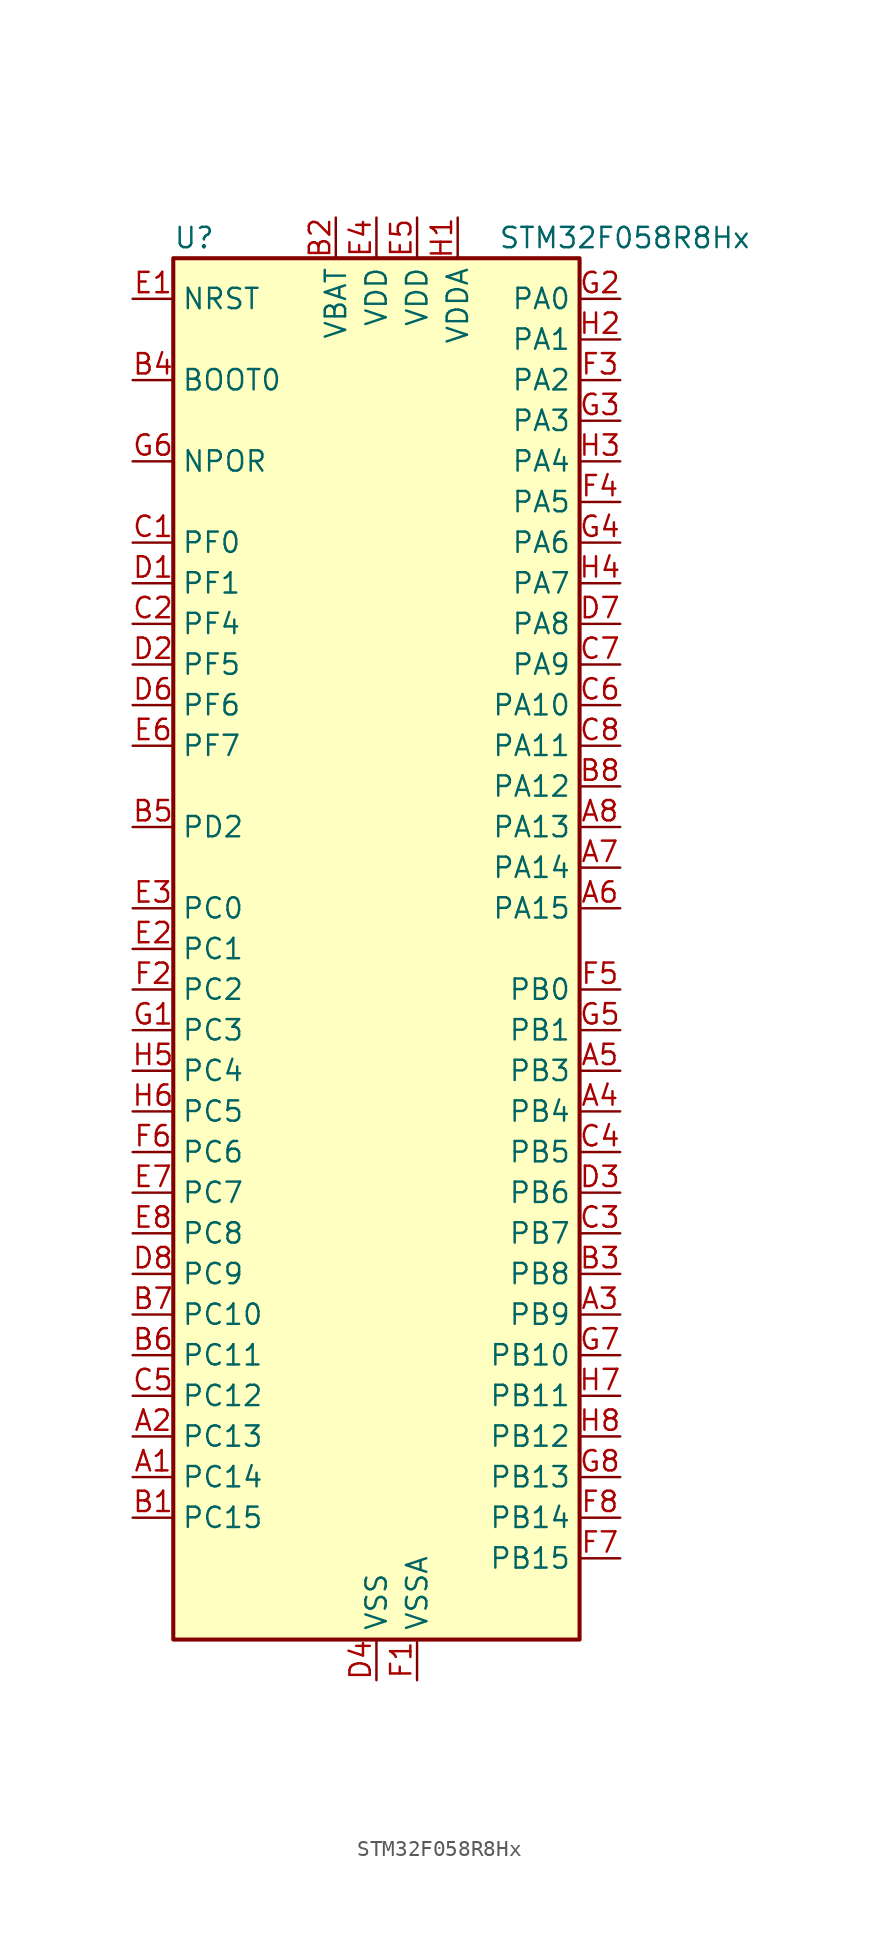
<source format=kicad_sym>
(kicad_symbol_lib
  (version 20220914)
  (generator kicad_symbol_editor)
  (symbol "STM32F058R8Hx"
    (property "Reference" "U"
      (at -12.7 44.45 0)
      (effects (font (size 1.27 1.27)) (justify left)))
    (property "Value" "STM32F058R8Hx"
      (at 7.62 44.45 0)
      (effects (font (size 1.27 1.27)) (justify left)))
    (property "ki_locked" ""
      (at 0 0 0)
      (effects (font (size 1.27 1.27))))
    (symbol "STM32F058R8Hx_0_1"
      (rectangle (start -12.7 -43.18) (end 12.7 43.18) (stroke (width 0.254) (type default)) (fill (type background))))
    (symbol "STM32F058R8Hx_1_1"
      (pin bidirectional line (at -15.24 -33.02 0) (length 2.54) (name "PC14" (effects (font (size 1.27 1.27)))) (number "A1" (effects (font (size 1.27 1.27)))) (alternate "RCC_OSC32_IN" bidirectional line))
      (pin bidirectional line (at -15.24 -30.48 0) (length 2.54) (name "PC13" (effects (font (size 1.27 1.27)))) (number "A2" (effects (font (size 1.27 1.27)))) (alternate "RTC_OUT_ALARM" bidirectional line) (alternate "RTC_OUT_CALIB" bidirectional line) (alternate "RTC_TAMP1" bidirectional line) (alternate "RTC_TS" bidirectional line) (alternate "SYS_WKUP2" bidirectional line))
      (pin bidirectional line (at 15.24 -22.86 180) (length 2.54) (name "PB9" (effects (font (size 1.27 1.27)))) (number "A3" (effects (font (size 1.27 1.27)))) (alternate "DAC1_EXTI9" bidirectional line) (alternate "I2C1_SDA" bidirectional line) (alternate "IR_OUT" bidirectional line) (alternate "TIM17_CH1" bidirectional line))
      (pin bidirectional line (at 15.24 -10.16 180) (length 2.54) (name "PB4" (effects (font (size 1.27 1.27)))) (number "A4" (effects (font (size 1.27 1.27)))) (alternate "I2S1_MCK" bidirectional line) (alternate "SPI1_MISO" bidirectional line) (alternate "TIM3_CH1" bidirectional line) (alternate "TSC_G5_IO2" bidirectional line))
      (pin bidirectional line (at 15.24 -7.62 180) (length 2.54) (name "PB3" (effects (font (size 1.27 1.27)))) (number "A5" (effects (font (size 1.27 1.27)))) (alternate "I2S1_CK" bidirectional line) (alternate "SPI1_SCK" bidirectional line) (alternate "TIM2_CH2" bidirectional line) (alternate "TSC_G5_IO1" bidirectional line))
      (pin bidirectional line (at 15.24 2.54 180) (length 2.54) (name "PA15" (effects (font (size 1.27 1.27)))) (number "A6" (effects (font (size 1.27 1.27)))) (alternate "I2S1_WS" bidirectional line) (alternate "SPI1_NSS" bidirectional line) (alternate "TIM2_CH1" bidirectional line) (alternate "TIM2_ETR" bidirectional line) (alternate "USART2_RX" bidirectional line))
      (pin bidirectional line (at 15.24 5.08 180) (length 2.54) (name "PA14" (effects (font (size 1.27 1.27)))) (number "A7" (effects (font (size 1.27 1.27)))) (alternate "SYS_SWCLK" bidirectional line) (alternate "USART2_TX" bidirectional line))
      (pin bidirectional line (at 15.24 7.62 180) (length 2.54) (name "PA13" (effects (font (size 1.27 1.27)))) (number "A8" (effects (font (size 1.27 1.27)))) (alternate "IR_OUT" bidirectional line) (alternate "SYS_SWDIO" bidirectional line))
      (pin bidirectional line (at -15.24 -35.56 0) (length 2.54) (name "PC15" (effects (font (size 1.27 1.27)))) (number "B1" (effects (font (size 1.27 1.27)))) (alternate "RCC_OSC32_OUT" bidirectional line))
      (pin power_in line (at -2.54 45.72 270) (length 2.54) (name "VBAT" (effects (font (size 1.27 1.27)))) (number "B2" (effects (font (size 1.27 1.27)))))
      (pin bidirectional line (at 15.24 -20.32 180) (length 2.54) (name "PB8" (effects (font (size 1.27 1.27)))) (number "B3" (effects (font (size 1.27 1.27)))) (alternate "CEC" bidirectional line) (alternate "I2C1_SCL" bidirectional line) (alternate "TIM16_CH1" bidirectional line) (alternate "TSC_SYNC" bidirectional line))
      (pin input line (at -15.24 35.56 0) (length 2.54) (name "BOOT0" (effects (font (size 1.27 1.27)))) (number "B4" (effects (font (size 1.27 1.27)))))
      (pin bidirectional line (at -15.24 7.62 0) (length 2.54) (name "PD2" (effects (font (size 1.27 1.27)))) (number "B5" (effects (font (size 1.27 1.27)))) (alternate "TIM3_ETR" bidirectional line))
      (pin bidirectional line (at -15.24 -25.4 0) (length 2.54) (name "PC11" (effects (font (size 1.27 1.27)))) (number "B6" (effects (font (size 1.27 1.27)))))
      (pin bidirectional line (at -15.24 -22.86 0) (length 2.54) (name "PC10" (effects (font (size 1.27 1.27)))) (number "B7" (effects (font (size 1.27 1.27)))))
      (pin bidirectional line (at 15.24 10.16 180) (length 2.54) (name "PA12" (effects (font (size 1.27 1.27)))) (number "B8" (effects (font (size 1.27 1.27)))) (alternate "COMP2_OUT" bidirectional line) (alternate "TIM1_ETR" bidirectional line) (alternate "TSC_G4_IO4" bidirectional line) (alternate "USART1_DE" bidirectional line) (alternate "USART1_RTS" bidirectional line))
      (pin bidirectional line (at -15.24 25.4 0) (length 2.54) (name "PF0" (effects (font (size 1.27 1.27)))) (number "C1" (effects (font (size 1.27 1.27)))) (alternate "RCC_OSC_IN" bidirectional line))
      (pin bidirectional line (at -15.24 20.32 0) (length 2.54) (name "PF4" (effects (font (size 1.27 1.27)))) (number "C2" (effects (font (size 1.27 1.27)))))
      (pin bidirectional line (at 15.24 -17.78 180) (length 2.54) (name "PB7" (effects (font (size 1.27 1.27)))) (number "C3" (effects (font (size 1.27 1.27)))) (alternate "I2C1_SDA" bidirectional line) (alternate "TIM17_CH1N" bidirectional line) (alternate "TSC_G5_IO4" bidirectional line) (alternate "USART1_RX" bidirectional line))
      (pin bidirectional line (at 15.24 -12.7 180) (length 2.54) (name "PB5" (effects (font (size 1.27 1.27)))) (number "C4" (effects (font (size 1.27 1.27)))) (alternate "I2C1_SMBA" bidirectional line) (alternate "I2S1_SD" bidirectional line) (alternate "SPI1_MOSI" bidirectional line) (alternate "TIM16_BKIN" bidirectional line) (alternate "TIM3_CH2" bidirectional line))
      (pin bidirectional line (at -15.24 -27.94 0) (length 2.54) (name "PC12" (effects (font (size 1.27 1.27)))) (number "C5" (effects (font (size 1.27 1.27)))))
      (pin bidirectional line (at 15.24 15.24 180) (length 2.54) (name "PA10" (effects (font (size 1.27 1.27)))) (number "C6" (effects (font (size 1.27 1.27)))) (alternate "TIM17_BKIN" bidirectional line) (alternate "TIM1_CH3" bidirectional line) (alternate "TSC_G4_IO2" bidirectional line) (alternate "USART1_RX" bidirectional line))
      (pin bidirectional line (at 15.24 17.78 180) (length 2.54) (name "PA9" (effects (font (size 1.27 1.27)))) (number "C7" (effects (font (size 1.27 1.27)))) (alternate "DAC1_EXTI9" bidirectional line) (alternate "TIM15_BKIN" bidirectional line) (alternate "TIM1_CH2" bidirectional line) (alternate "TSC_G4_IO1" bidirectional line) (alternate "USART1_TX" bidirectional line))
      (pin bidirectional line (at 15.24 12.7 180) (length 2.54) (name "PA11" (effects (font (size 1.27 1.27)))) (number "C8" (effects (font (size 1.27 1.27)))) (alternate "COMP1_OUT" bidirectional line) (alternate "TIM1_CH4" bidirectional line) (alternate "TSC_G4_IO3" bidirectional line) (alternate "USART1_CTS" bidirectional line))
      (pin bidirectional line (at -15.24 22.86 0) (length 2.54) (name "PF1" (effects (font (size 1.27 1.27)))) (number "D1" (effects (font (size 1.27 1.27)))) (alternate "RCC_OSC_OUT" bidirectional line))
      (pin bidirectional line (at -15.24 17.78 0) (length 2.54) (name "PF5" (effects (font (size 1.27 1.27)))) (number "D2" (effects (font (size 1.27 1.27)))))
      (pin bidirectional line (at 15.24 -15.24 180) (length 2.54) (name "PB6" (effects (font (size 1.27 1.27)))) (number "D3" (effects (font (size 1.27 1.27)))) (alternate "I2C1_SCL" bidirectional line) (alternate "TIM16_CH1N" bidirectional line) (alternate "TSC_G5_IO3" bidirectional line) (alternate "USART1_TX" bidirectional line))
      (pin power_in line (at 0 -45.72 90) (length 2.54) (name "VSS" (effects (font (size 1.27 1.27)))) (number "D4" (effects (font (size 1.27 1.27)))))
      (pin passive line (at 0 -45.72 90) (length 2.54) hide (name "VSS" (effects (font (size 1.27 1.27)))) (number "D5" (effects (font (size 1.27 1.27)))))
      (pin bidirectional line (at -15.24 15.24 0) (length 2.54) (name "PF6" (effects (font (size 1.27 1.27)))) (number "D6" (effects (font (size 1.27 1.27)))) (alternate "I2C2_SCL" bidirectional line))
      (pin bidirectional line (at 15.24 20.32 180) (length 2.54) (name "PA8" (effects (font (size 1.27 1.27)))) (number "D7" (effects (font (size 1.27 1.27)))) (alternate "RCC_MCO" bidirectional line) (alternate "TIM1_CH1" bidirectional line) (alternate "USART1_CK" bidirectional line))
      (pin bidirectional line (at -15.24 -20.32 0) (length 2.54) (name "PC9" (effects (font (size 1.27 1.27)))) (number "D8" (effects (font (size 1.27 1.27)))) (alternate "DAC1_EXTI9" bidirectional line) (alternate "TIM3_CH4" bidirectional line))
      (pin input line (at -15.24 40.64 0) (length 2.54) (name "NRST" (effects (font (size 1.27 1.27)))) (number "E1" (effects (font (size 1.27 1.27)))))
      (pin bidirectional line (at -15.24 0 0) (length 2.54) (name "PC1" (effects (font (size 1.27 1.27)))) (number "E2" (effects (font (size 1.27 1.27)))) (alternate "ADC_IN11" bidirectional line))
      (pin bidirectional line (at -15.24 2.54 0) (length 2.54) (name "PC0" (effects (font (size 1.27 1.27)))) (number "E3" (effects (font (size 1.27 1.27)))) (alternate "ADC_IN10" bidirectional line))
      (pin power_in line (at 0 45.72 270) (length 2.54) (name "VDD" (effects (font (size 1.27 1.27)))) (number "E4" (effects (font (size 1.27 1.27)))))
      (pin power_in line (at 2.54 45.72 270) (length 2.54) (name "VDD" (effects (font (size 1.27 1.27)))) (number "E5" (effects (font (size 1.27 1.27)))))
      (pin bidirectional line (at -15.24 12.7 0) (length 2.54) (name "PF7" (effects (font (size 1.27 1.27)))) (number "E6" (effects (font (size 1.27 1.27)))) (alternate "I2C2_SDA" bidirectional line))
      (pin bidirectional line (at -15.24 -15.24 0) (length 2.54) (name "PC7" (effects (font (size 1.27 1.27)))) (number "E7" (effects (font (size 1.27 1.27)))) (alternate "TIM3_CH2" bidirectional line))
      (pin bidirectional line (at -15.24 -17.78 0) (length 2.54) (name "PC8" (effects (font (size 1.27 1.27)))) (number "E8" (effects (font (size 1.27 1.27)))) (alternate "TIM3_CH3" bidirectional line))
      (pin power_in line (at 2.54 -45.72 90) (length 2.54) (name "VSSA" (effects (font (size 1.27 1.27)))) (number "F1" (effects (font (size 1.27 1.27)))))
      (pin bidirectional line (at -15.24 -2.54 0) (length 2.54) (name "PC2" (effects (font (size 1.27 1.27)))) (number "F2" (effects (font (size 1.27 1.27)))) (alternate "ADC_IN12" bidirectional line))
      (pin bidirectional line (at 15.24 35.56 180) (length 2.54) (name "PA2" (effects (font (size 1.27 1.27)))) (number "F3" (effects (font (size 1.27 1.27)))) (alternate "ADC_IN2" bidirectional line) (alternate "COMP2_INM" bidirectional line) (alternate "COMP2_OUT" bidirectional line) (alternate "TIM15_CH1" bidirectional line) (alternate "TIM2_CH3" bidirectional line) (alternate "TSC_G1_IO3" bidirectional line) (alternate "USART2_TX" bidirectional line))
      (pin bidirectional line (at 15.24 27.94 180) (length 2.54) (name "PA5" (effects (font (size 1.27 1.27)))) (number "F4" (effects (font (size 1.27 1.27)))) (alternate "ADC_IN5" bidirectional line) (alternate "CEC" bidirectional line) (alternate "COMP1_INM" bidirectional line) (alternate "COMP2_INM" bidirectional line) (alternate "I2S1_CK" bidirectional line) (alternate "SPI1_SCK" bidirectional line) (alternate "TIM2_CH1" bidirectional line) (alternate "TIM2_ETR" bidirectional line) (alternate "TSC_G2_IO2" bidirectional line))
      (pin bidirectional line (at 15.24 -2.54 180) (length 2.54) (name "PB0" (effects (font (size 1.27 1.27)))) (number "F5" (effects (font (size 1.27 1.27)))) (alternate "ADC_IN8" bidirectional line) (alternate "TIM1_CH2N" bidirectional line) (alternate "TIM3_CH3" bidirectional line) (alternate "TSC_G3_IO2" bidirectional line))
      (pin bidirectional line (at -15.24 -12.7 0) (length 2.54) (name "PC6" (effects (font (size 1.27 1.27)))) (number "F6" (effects (font (size 1.27 1.27)))) (alternate "TIM3_CH1" bidirectional line))
      (pin bidirectional line (at 15.24 -38.1 180) (length 2.54) (name "PB15" (effects (font (size 1.27 1.27)))) (number "F7" (effects (font (size 1.27 1.27)))) (alternate "RTC_REFIN" bidirectional line) (alternate "SPI2_MOSI" bidirectional line) (alternate "TIM15_CH1N" bidirectional line) (alternate "TIM15_CH2" bidirectional line) (alternate "TIM1_CH3N" bidirectional line))
      (pin bidirectional line (at 15.24 -35.56 180) (length 2.54) (name "PB14" (effects (font (size 1.27 1.27)))) (number "F8" (effects (font (size 1.27 1.27)))) (alternate "SPI2_MISO" bidirectional line) (alternate "TIM15_CH1" bidirectional line) (alternate "TIM1_CH2N" bidirectional line) (alternate "TSC_G6_IO4" bidirectional line))
      (pin bidirectional line (at -15.24 -5.08 0) (length 2.54) (name "PC3" (effects (font (size 1.27 1.27)))) (number "G1" (effects (font (size 1.27 1.27)))) (alternate "ADC_IN13" bidirectional line))
      (pin bidirectional line (at 15.24 40.64 180) (length 2.54) (name "PA0" (effects (font (size 1.27 1.27)))) (number "G2" (effects (font (size 1.27 1.27)))) (alternate "ADC_IN0" bidirectional line) (alternate "COMP1_INM" bidirectional line) (alternate "COMP1_OUT" bidirectional line) (alternate "RTC_TAMP2" bidirectional line) (alternate "SYS_WKUP1" bidirectional line) (alternate "TIM2_CH1" bidirectional line) (alternate "TIM2_ETR" bidirectional line) (alternate "TSC_G1_IO1" bidirectional line) (alternate "USART2_CTS" bidirectional line))
      (pin bidirectional line (at 15.24 33.02 180) (length 2.54) (name "PA3" (effects (font (size 1.27 1.27)))) (number "G3" (effects (font (size 1.27 1.27)))) (alternate "ADC_IN3" bidirectional line) (alternate "COMP2_INP" bidirectional line) (alternate "TIM15_CH2" bidirectional line) (alternate "TIM2_CH4" bidirectional line) (alternate "TSC_G1_IO4" bidirectional line) (alternate "USART2_RX" bidirectional line))
      (pin bidirectional line (at 15.24 25.4 180) (length 2.54) (name "PA6" (effects (font (size 1.27 1.27)))) (number "G4" (effects (font (size 1.27 1.27)))) (alternate "ADC_IN6" bidirectional line) (alternate "COMP1_OUT" bidirectional line) (alternate "I2S1_MCK" bidirectional line) (alternate "SPI1_MISO" bidirectional line) (alternate "TIM16_CH1" bidirectional line) (alternate "TIM1_BKIN" bidirectional line) (alternate "TIM3_CH1" bidirectional line) (alternate "TSC_G2_IO3" bidirectional line))
      (pin bidirectional line (at 15.24 -5.08 180) (length 2.54) (name "PB1" (effects (font (size 1.27 1.27)))) (number "G5" (effects (font (size 1.27 1.27)))) (alternate "ADC_IN9" bidirectional line) (alternate "TIM14_CH1" bidirectional line) (alternate "TIM1_CH3N" bidirectional line) (alternate "TIM3_CH4" bidirectional line) (alternate "TSC_G3_IO3" bidirectional line))
      (pin input line (at -15.24 30.48 0) (length 2.54) (name "NPOR" (effects (font (size 1.27 1.27)))) (number "G6" (effects (font (size 1.27 1.27)))))
      (pin bidirectional line (at 15.24 -25.4 180) (length 2.54) (name "PB10" (effects (font (size 1.27 1.27)))) (number "G7" (effects (font (size 1.27 1.27)))) (alternate "CEC" bidirectional line) (alternate "I2C2_SCL" bidirectional line) (alternate "TIM2_CH3" bidirectional line) (alternate "TSC_SYNC" bidirectional line))
      (pin bidirectional line (at 15.24 -33.02 180) (length 2.54) (name "PB13" (effects (font (size 1.27 1.27)))) (number "G8" (effects (font (size 1.27 1.27)))) (alternate "SPI2_SCK" bidirectional line) (alternate "TIM1_CH1N" bidirectional line) (alternate "TSC_G6_IO3" bidirectional line))
      (pin power_in line (at 5.08 45.72 270) (length 2.54) (name "VDDA" (effects (font (size 1.27 1.27)))) (number "H1" (effects (font (size 1.27 1.27)))))
      (pin bidirectional line (at 15.24 38.1 180) (length 2.54) (name "PA1" (effects (font (size 1.27 1.27)))) (number "H2" (effects (font (size 1.27 1.27)))) (alternate "ADC_IN1" bidirectional line) (alternate "COMP1_INP" bidirectional line) (alternate "TIM2_CH2" bidirectional line) (alternate "TSC_G1_IO2" bidirectional line) (alternate "USART2_DE" bidirectional line) (alternate "USART2_RTS" bidirectional line))
      (pin bidirectional line (at 15.24 30.48 180) (length 2.54) (name "PA4" (effects (font (size 1.27 1.27)))) (number "H3" (effects (font (size 1.27 1.27)))) (alternate "ADC_IN4" bidirectional line) (alternate "COMP1_INM" bidirectional line) (alternate "COMP2_INM" bidirectional line) (alternate "DAC1_OUT1" bidirectional line) (alternate "I2S1_WS" bidirectional line) (alternate "SPI1_NSS" bidirectional line) (alternate "TIM14_CH1" bidirectional line) (alternate "TSC_G2_IO1" bidirectional line) (alternate "USART2_CK" bidirectional line))
      (pin bidirectional line (at 15.24 22.86 180) (length 2.54) (name "PA7" (effects (font (size 1.27 1.27)))) (number "H4" (effects (font (size 1.27 1.27)))) (alternate "ADC_IN7" bidirectional line) (alternate "COMP2_OUT" bidirectional line) (alternate "I2S1_SD" bidirectional line) (alternate "SPI1_MOSI" bidirectional line) (alternate "TIM14_CH1" bidirectional line) (alternate "TIM17_CH1" bidirectional line) (alternate "TIM1_CH1N" bidirectional line) (alternate "TIM3_CH2" bidirectional line) (alternate "TSC_G2_IO4" bidirectional line))
      (pin bidirectional line (at -15.24 -7.62 0) (length 2.54) (name "PC4" (effects (font (size 1.27 1.27)))) (number "H5" (effects (font (size 1.27 1.27)))) (alternate "ADC_IN14" bidirectional line))
      (pin bidirectional line (at -15.24 -10.16 0) (length 2.54) (name "PC5" (effects (font (size 1.27 1.27)))) (number "H6" (effects (font (size 1.27 1.27)))) (alternate "ADC_IN15" bidirectional line) (alternate "TSC_G3_IO1" bidirectional line))
      (pin bidirectional line (at 15.24 -27.94 180) (length 2.54) (name "PB11" (effects (font (size 1.27 1.27)))) (number "H7" (effects (font (size 1.27 1.27)))) (alternate "I2C2_SDA" bidirectional line) (alternate "TIM2_CH4" bidirectional line) (alternate "TSC_G6_IO1" bidirectional line))
      (pin bidirectional line (at 15.24 -30.48 180) (length 2.54) (name "PB12" (effects (font (size 1.27 1.27)))) (number "H8" (effects (font (size 1.27 1.27)))) (alternate "SPI2_NSS" bidirectional line) (alternate "TIM1_BKIN" bidirectional line) (alternate "TSC_G6_IO2" bidirectional line)))))
</source>
